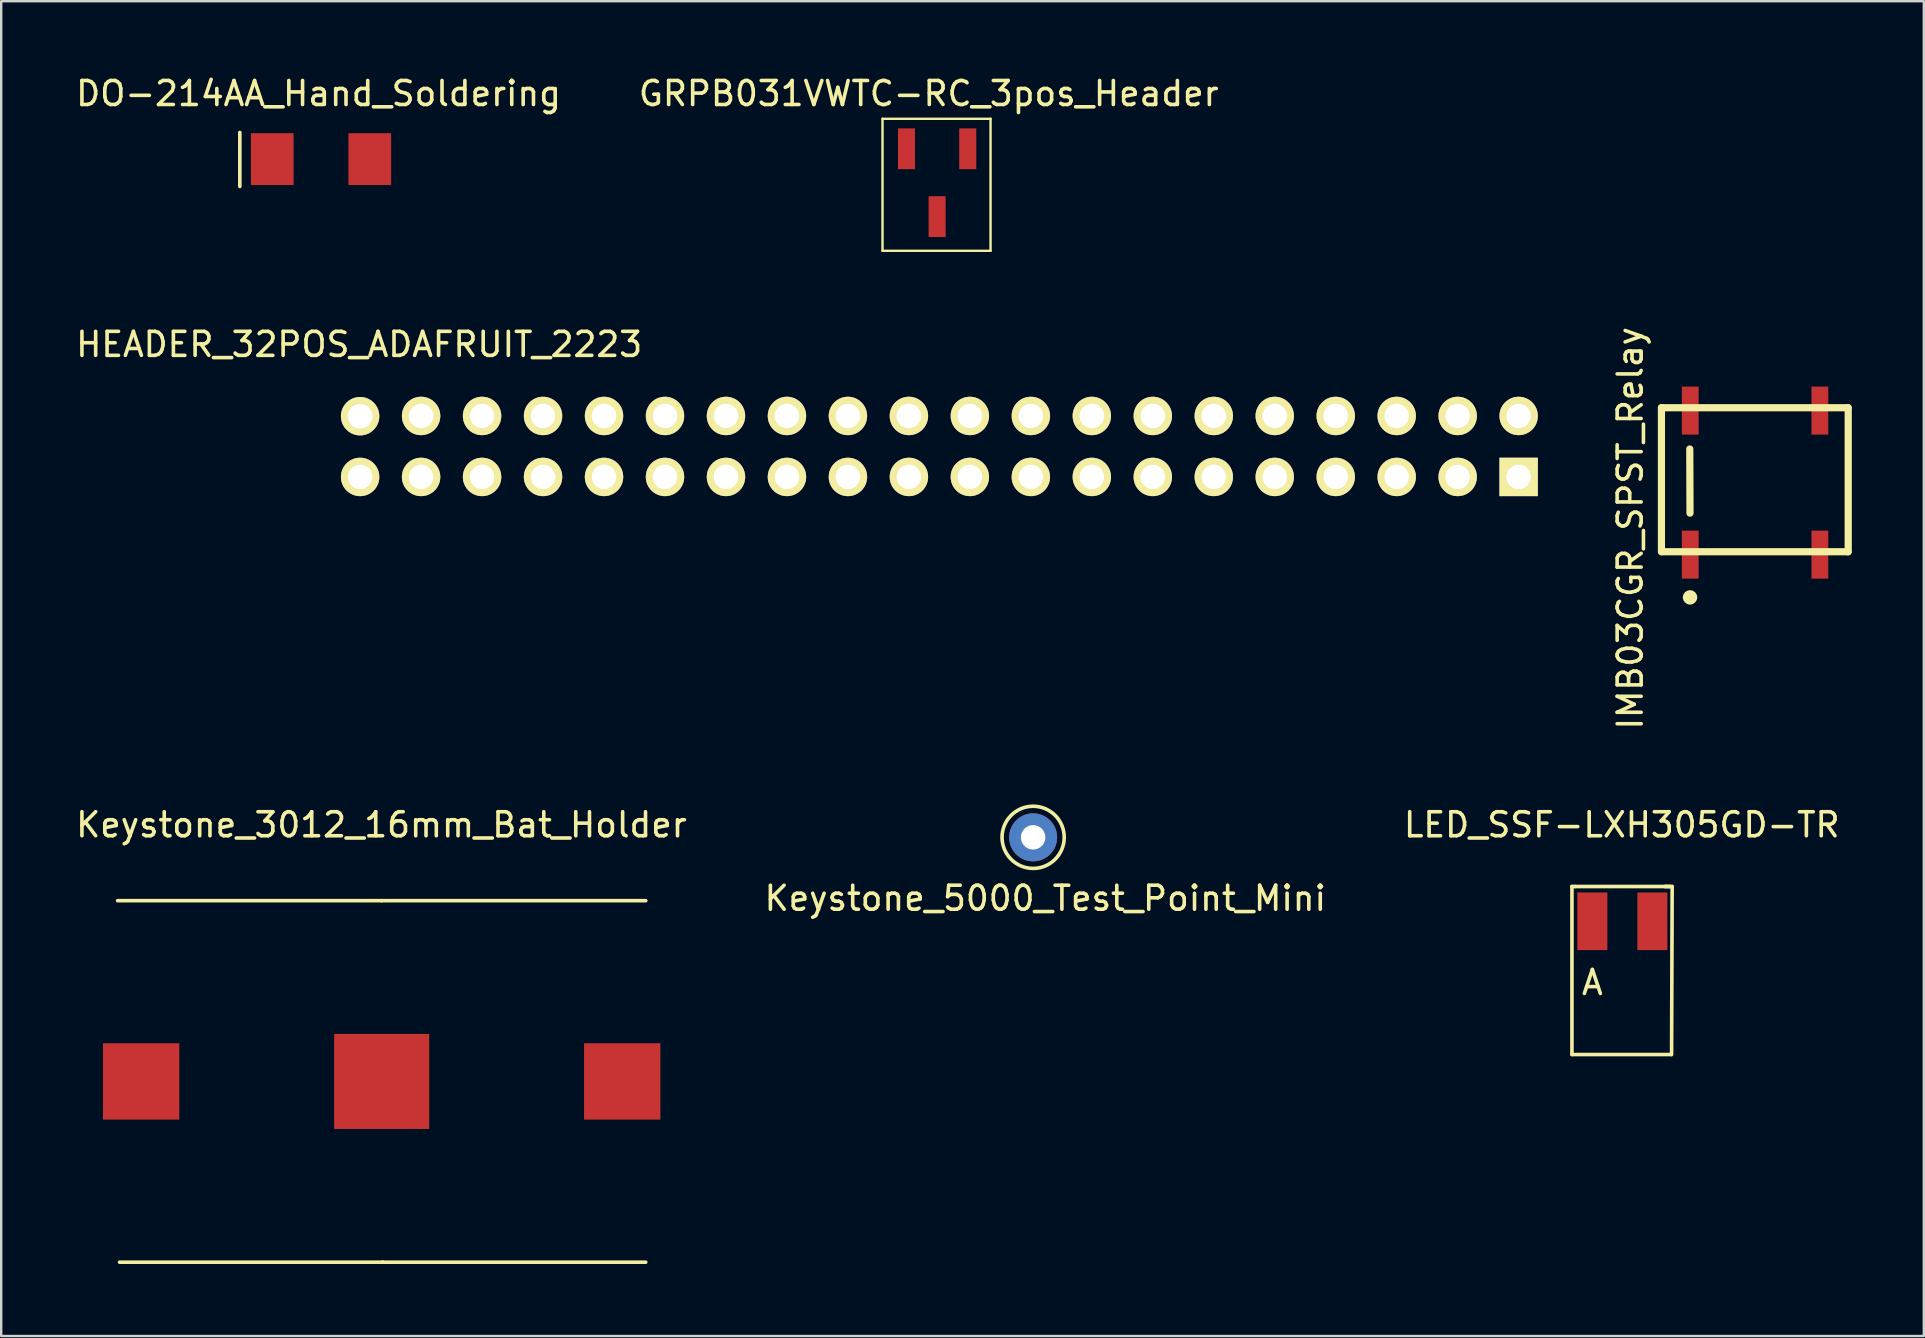
<source format=kicad_pcb>
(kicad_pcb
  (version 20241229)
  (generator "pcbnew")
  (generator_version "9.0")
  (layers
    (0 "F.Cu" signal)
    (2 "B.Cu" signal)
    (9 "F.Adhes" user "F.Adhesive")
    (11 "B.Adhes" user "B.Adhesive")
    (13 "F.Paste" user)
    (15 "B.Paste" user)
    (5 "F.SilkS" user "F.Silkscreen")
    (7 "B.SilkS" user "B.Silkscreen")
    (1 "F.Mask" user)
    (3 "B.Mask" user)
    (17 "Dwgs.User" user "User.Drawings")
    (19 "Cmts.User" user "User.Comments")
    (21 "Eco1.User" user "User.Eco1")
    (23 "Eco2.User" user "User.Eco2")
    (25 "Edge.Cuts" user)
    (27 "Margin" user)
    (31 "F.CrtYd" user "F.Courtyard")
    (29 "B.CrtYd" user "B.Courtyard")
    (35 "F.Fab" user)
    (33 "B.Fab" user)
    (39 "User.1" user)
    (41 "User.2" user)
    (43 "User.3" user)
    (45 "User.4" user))
  (footprint "Keystone_3012_16mm_Bat_Holder"
    (layer "F.Cu")
    (at 12.849 41.998)
    (property "Reference" "Keystone_3012_16mm_Bat_Holder" (at -0.01 -10.69 0) (layer "F.SilkS") (effects (font (size 1 1) (thickness 0.15))))
    (attr through_hole)
    (fp_line (start -11 -7.53) (end 0 -7.53) (stroke (width 0.15) (type solid)) (layer "F.SilkS"))
    (fp_line (start -10.92 7.53) (end 0.06 7.53) (stroke (width 0.15) (type solid)) (layer "F.SilkS"))
    (fp_line (start 0 -7.53) (end 11 -7.53) (stroke (width 0.15) (type solid)) (layer "F.SilkS"))
    (fp_line (start 0.02 7.53) (end 11 7.53) (stroke (width 0.15) (type solid)) (layer "F.SilkS"))
    (pad "" smd rect (at -10.02 0) (size 3.18 3.18) (layers "F.Cu" "F.Mask" "F.Paste"))
    (pad "1" smd rect (at 10.02 0) (size 3.18 3.18) (layers "F.Cu" "F.Mask" "F.Paste"))
    (pad "2" smd rect (at 0 0) (size 3.96 3.96) (layers "F.Cu" "F.Mask")))
  (footprint "IMB03CGR_SPST_Relay"
    (layer "F.Cu")
    (at 67.359 20.054)
    (property "Reference" "IMB03CGR_SPST_Relay" (at -2.5 -1.1 90) (layer "F.SilkS") (effects (font (size 1 1) (thickness 0.15))))
    (attr through_hole)
    (fp_line (start -1.2 -6.12) (end 6.57 -6.12) (stroke (width 0.3) (type solid)) (layer "F.SilkS"))
    (fp_line (start -1.2 -0.12) (end -1.2 -6.12) (stroke (width 0.3) (type solid)) (layer "F.SilkS"))
    (fp_line (start -1.18 -0.12) (end 6.57 -0.12) (stroke (width 0.3) (type solid)) (layer "F.SilkS"))
    (fp_line (start -0.02 -4.4) (end -0.01 -1.73) (stroke (width 0.3) (type solid)) (layer "F.SilkS"))
    (fp_line (start 6.58 -0.12) (end 6.58 -6.12) (stroke (width 0.3) (type solid)) (layer "F.SilkS"))
    (fp_circle (center -0.01 1.78) (end 0.14 1.8) (stroke (width 0.3) (type solid)) (fill no) (layer "F.SilkS"))
    (pad "1" smd rect (at 0 0) (size 0.7 2) (layers "F.Cu" "F.Mask" "F.Paste"))
    (pad "3" smd rect (at 5.4 0) (size 0.7 2) (layers "F.Cu" "F.Mask" "F.Paste"))
    (pad "6" smd rect (at 5.4 -6) (size 0.7 2) (layers "F.Cu" "F.Mask" "F.Paste"))
    (pad "8" smd rect (at 0 -6) (size 0.7 2) (layers "F.Cu" "F.Mask" "F.Paste")))
  (footprint "HEADER_32POS_ADAFRUIT_2223"
    (layer "F.Cu")
    (at 11.951 16.817)
    (property "Reference" "HEADER_32POS_ADAFRUIT_2223" (at -0.04 -5.52 0) (layer "F.SilkS") (effects (font (size 1 1) (thickness 0.15))))
    (attr through_hole)
    (pad "1" thru_hole rect (at 48.26 0) (size 1.6 1.6) (drill 1.02) (layers "*.Cu" "*.Mask" "F.SilkS"))
    (pad "2" thru_hole circle (at 48.26 -2.54) (size 1.6 1.6) (drill 1.02) (layers "*.Cu" "*.Mask" "F.SilkS"))
    (pad "3" thru_hole circle (at 45.72 0) (size 1.6 1.6) (drill 1.02) (layers "*.Cu" "*.Mask" "F.SilkS"))
    (pad "4" thru_hole circle (at 45.72 -2.54) (size 1.6 1.6) (drill 1.02) (layers "*.Cu" "*.Mask" "F.SilkS"))
    (pad "5" thru_hole circle (at 43.18 0) (size 1.6 1.6) (drill 1.02) (layers "*.Cu" "*.Mask" "F.SilkS"))
    (pad "6" thru_hole circle (at 43.18 -2.54) (size 1.6 1.6) (drill 1.02) (layers "*.Cu" "*.Mask" "F.SilkS"))
    (pad "7" thru_hole circle (at 40.64 0) (size 1.6 1.6) (drill 1.02) (layers "*.Cu" "*.Mask" "F.SilkS"))
    (pad "8" thru_hole circle (at 40.64 -2.54) (size 1.6 1.6) (drill 1.02) (layers "*.Cu" "*.Mask" "F.SilkS"))
    (pad "9" thru_hole circle (at 38.1 0) (size 1.6 1.6) (drill 1.02) (layers "*.Cu" "*.Mask" "F.SilkS"))
    (pad "10" thru_hole circle (at 38.1 -2.54) (size 1.6 1.6) (drill 1.02) (layers "*.Cu" "*.Mask" "F.SilkS"))
    (pad "11" thru_hole circle (at 35.56 0) (size 1.6 1.6) (drill 1.02) (layers "*.Cu" "*.Mask" "F.SilkS"))
    (pad "12" thru_hole circle (at 35.56 -2.54) (size 1.6 1.6) (drill 1.02) (layers "*.Cu" "*.Mask" "F.SilkS"))
    (pad "13" thru_hole circle (at 33.02 0) (size 1.6 1.6) (drill 1.02) (layers "*.Cu" "*.Mask" "F.SilkS"))
    (pad "14" thru_hole circle (at 33.02 -2.54) (size 1.6 1.6) (drill 1.02) (layers "*.Cu" "*.Mask" "F.SilkS"))
    (pad "15" thru_hole circle (at 30.48 0) (size 1.6 1.6) (drill 1.02) (layers "*.Cu" "*.Mask" "F.SilkS"))
    (pad "16" thru_hole circle (at 30.48 -2.54) (size 1.6 1.6) (drill 1.02) (layers "*.Cu" "*.Mask" "F.SilkS"))
    (pad "17" thru_hole circle (at 27.94 0) (size 1.6 1.6) (drill 1.02) (layers "*.Cu" "*.Mask" "F.SilkS"))
    (pad "18" thru_hole circle (at 27.94 -2.54) (size 1.6 1.6) (drill 1.02) (layers "*.Cu" "*.Mask" "F.SilkS"))
    (pad "19" thru_hole circle (at 25.4 0) (size 1.6 1.6) (drill 1.02) (layers "*.Cu" "*.Mask" "F.SilkS"))
    (pad "20" thru_hole circle (at 25.4 -2.54) (size 1.6 1.6) (drill 1.02) (layers "*.Cu" "*.Mask" "F.SilkS"))
    (pad "21" thru_hole circle (at 22.86 0) (size 1.6 1.6) (drill 1.02) (layers "*.Cu" "*.Mask" "F.SilkS"))
    (pad "22" thru_hole circle (at 22.86 -2.54) (size 1.6 1.6) (drill 1.02) (layers "*.Cu" "*.Mask" "F.SilkS"))
    (pad "23" thru_hole circle (at 20.32 0) (size 1.6 1.6) (drill 1.02) (layers "*.Cu" "*.Mask" "F.SilkS"))
    (pad "24" thru_hole circle (at 20.32 -2.54) (size 1.6 1.6) (drill 1.02) (layers "*.Cu" "*.Mask" "F.SilkS"))
    (pad "25" thru_hole circle (at 17.78 0) (size 1.6 1.6) (drill 1.02) (layers "*.Cu" "*.Mask" "F.SilkS"))
    (pad "26" thru_hole circle (at 17.78 -2.54) (size 1.6 1.6) (drill 1.02) (layers "*.Cu" "*.Mask" "F.SilkS"))
    (pad "27" thru_hole circle (at 15.24 0) (size 1.6 1.6) (drill 1.02) (layers "*.Cu" "*.Mask" "F.SilkS"))
    (pad "28" thru_hole circle (at 15.24 -2.54) (size 1.6 1.6) (drill 1.02) (layers "*.Cu" "*.Mask" "F.SilkS"))
    (pad "29" thru_hole circle (at 12.7 0) (size 1.6 1.6) (drill 1.02) (layers "*.Cu" "*.Mask" "F.SilkS"))
    (pad "30" thru_hole circle (at 12.7 -2.54) (size 1.6 1.6) (drill 1.02) (layers "*.Cu" "*.Mask" "F.SilkS"))
    (pad "31" thru_hole circle (at 10.16 0) (size 1.6 1.6) (drill 1.02) (layers "*.Cu" "*.Mask" "F.SilkS"))
    (pad "32" thru_hole circle (at 10.16 -2.54) (size 1.6 1.6) (drill 1.02) (layers "*.Cu" "*.Mask" "F.SilkS"))
    (pad "33" thru_hole circle (at 7.62 0) (size 1.6 1.6) (drill 1.02) (layers "*.Cu" "*.Mask" "F.SilkS"))
    (pad "34" thru_hole circle (at 7.62 -2.54) (size 1.6 1.6) (drill 1.02) (layers "*.Cu" "*.Mask" "F.SilkS"))
    (pad "35" thru_hole circle (at 5.08 0) (size 1.6 1.6) (drill 1.02) (layers "*.Cu" "*.Mask" "F.SilkS"))
    (pad "36" thru_hole circle (at 5.08 -2.54) (size 1.6 1.6) (drill 1.02) (layers "*.Cu" "*.Mask" "F.SilkS"))
    (pad "37" thru_hole circle (at 2.54 0) (size 1.6 1.6) (drill 1.02) (layers "*.Cu" "*.Mask" "F.SilkS"))
    (pad "38" thru_hole circle (at 2.54 -2.54) (size 1.6 1.6) (drill 1.02) (layers "*.Cu" "*.Mask" "F.SilkS"))
    (pad "39" thru_hole circle (at 0 0) (size 1.6 1.6) (drill 1.02) (layers "*.Cu" "*.Mask" "F.SilkS"))
    (pad "40" thru_hole circle (at 0 -2.53) (size 1.6 1.6) (drill 1.02) (layers "*.Cu" "*.Mask" "F.SilkS")))
  (footprint "DO-214AA_Hand_Soldering"
    (layer "F.Cu")
    (at 8.29 3.578)
    (property "Reference" "DO-214AA_Hand_Soldering" (at 1.93 -2.73 0) (layer "F.SilkS") (effects (font (size 1 1) (thickness 0.15))))
    (attr through_hole)
    (fp_line (start -1.35 -1.11) (end -1.35 1.14) (stroke (width 0.15) (type solid)) (layer "F.SilkS"))
    (pad "1" smd rect (at 0 0) (size 1.778 2.159) (layers "F.Cu" "F.Mask" "F.Paste"))
    (pad "2" smd rect (at 4.064 0) (size 1.778 2.159) (layers "F.Cu" "F.Mask" "F.Paste")))
  (footprint "LED_SSF-LXH305GD-TR"
    (layer "F.Cu")
    (at 62.656 34.128)
    (property "Reference" "LED_SSF-LXH305GD-TR" (at 1.85 -2.82 0) (layer "F.SilkS") (effects (font (size 1 1) (thickness 0.15))))
    (attr through_hole)
    (fp_line (start -0.225 -0.25) (end -0.225 6.75) (stroke (width 0.15) (type solid)) (layer "F.SilkS"))
    (fp_line (start -0.22 6.75) (end 3.91 6.75) (stroke (width 0.15) (type solid)) (layer "F.SilkS"))
    (fp_line (start -0.1 -0.25) (end -0.225 -0.25) (stroke (width 0.15) (type solid)) (layer "F.SilkS"))
    (fp_line (start -0.1 -0.25) (end 3.675 -0.25) (stroke (width 0.15) (type solid)) (layer "F.SilkS"))
    (fp_line (start 3.65 -0.25) (end 3.85 -0.25) (stroke (width 0.15) (type solid)) (layer "F.SilkS"))
    (fp_line (start 3.85 -0.25) (end 3.675 -0.25) (stroke (width 0.15) (type solid)) (layer "F.SilkS"))
    (fp_line (start 3.95 -0.25) (end 3.85 -0.25) (stroke (width 0.15) (type solid)) (layer "F.SilkS"))
    (fp_line (start 3.95 -0.25) (end 3.925 6.75) (stroke (width 0.15) (type solid)) (layer "F.SilkS"))
    (fp_text user "A" (at 0.625 3.75 0) (layer "F.SilkS") (effects (font (size 1 1) (thickness 0.15))))
    (pad "1" smd rect (at 3.125 1.2) (size 1.25 2.4) (layers "F.Cu" "F.Mask" "F.Paste"))
    (pad "2" smd rect (at 0.625 1.2) (size 1.25 2.4) (layers "F.Cu" "F.Mask" "F.Paste")))
  (footprint "GRPB031VWTC-RC_3pos_Header"
    (layer "F.Cu")
    (at 35.987 4.223)
    (property "Reference" "GRPB031VWTC-RC_3pos_Header" (at -0.35 -3.375 0) (layer "F.SilkS") (effects (font (size 1 1) (thickness 0.15))))
    (attr through_hole)
    (fp_line (start -2.275 -2.325) (end 2.225 -2.325) (stroke (width 0.1) (type solid)) (layer "F.SilkS"))
    (fp_line (start -2.275 3.175) (end -2.275 -2.325) (stroke (width 0.1) (type solid)) (layer "F.SilkS"))
    (fp_line (start 2.225 -2.325) (end 2.225 3.175) (stroke (width 0.1) (type solid)) (layer "F.SilkS"))
    (fp_line (start 2.225 3.175) (end -2.275 3.175) (stroke (width 0.1) (type solid)) (layer "F.SilkS"))
    (pad "1" smd rect (at 1.275 -1.075) (size 0.71 1.7) (layers "F.Cu" "F.Mask" "F.Paste"))
    (pad "2" smd rect (at 0 1.75) (size 0.71 1.7) (layers "F.Cu" "F.Mask" "F.Paste"))
    (pad "3" smd rect (at -1.275 -1.075) (size 0.71 1.7) (layers "F.Cu" "F.Mask" "F.Paste")))
  (footprint "Keystone_5000_Test_Point_Mini"
    (layer "F.Cu")
    (at 39.986 31.83)
    (property "Reference" "Keystone_5000_Test_Point_Mini" (at 0.508 2.54 0) (layer "F.SilkS") (effects (font (size 1 1) (thickness 0.15))))
    (attr through_hole)
    (fp_circle (center 0 0) (end 1.27 0.254) (stroke (width 0.15) (type solid)) (fill no) (layer "F.SilkS"))
    (pad "1" thru_hole circle (at 0 0) (size 2 2) (drill 1.02) (layers "*.Cu" "*.Mask")))
  (gr_rect
    (start -3 -3)
    (end 77.089 52.603)
    (stroke (width 0.1) (type default))
    (fill no)
    (layer "Edge.Cuts")))
</source>
